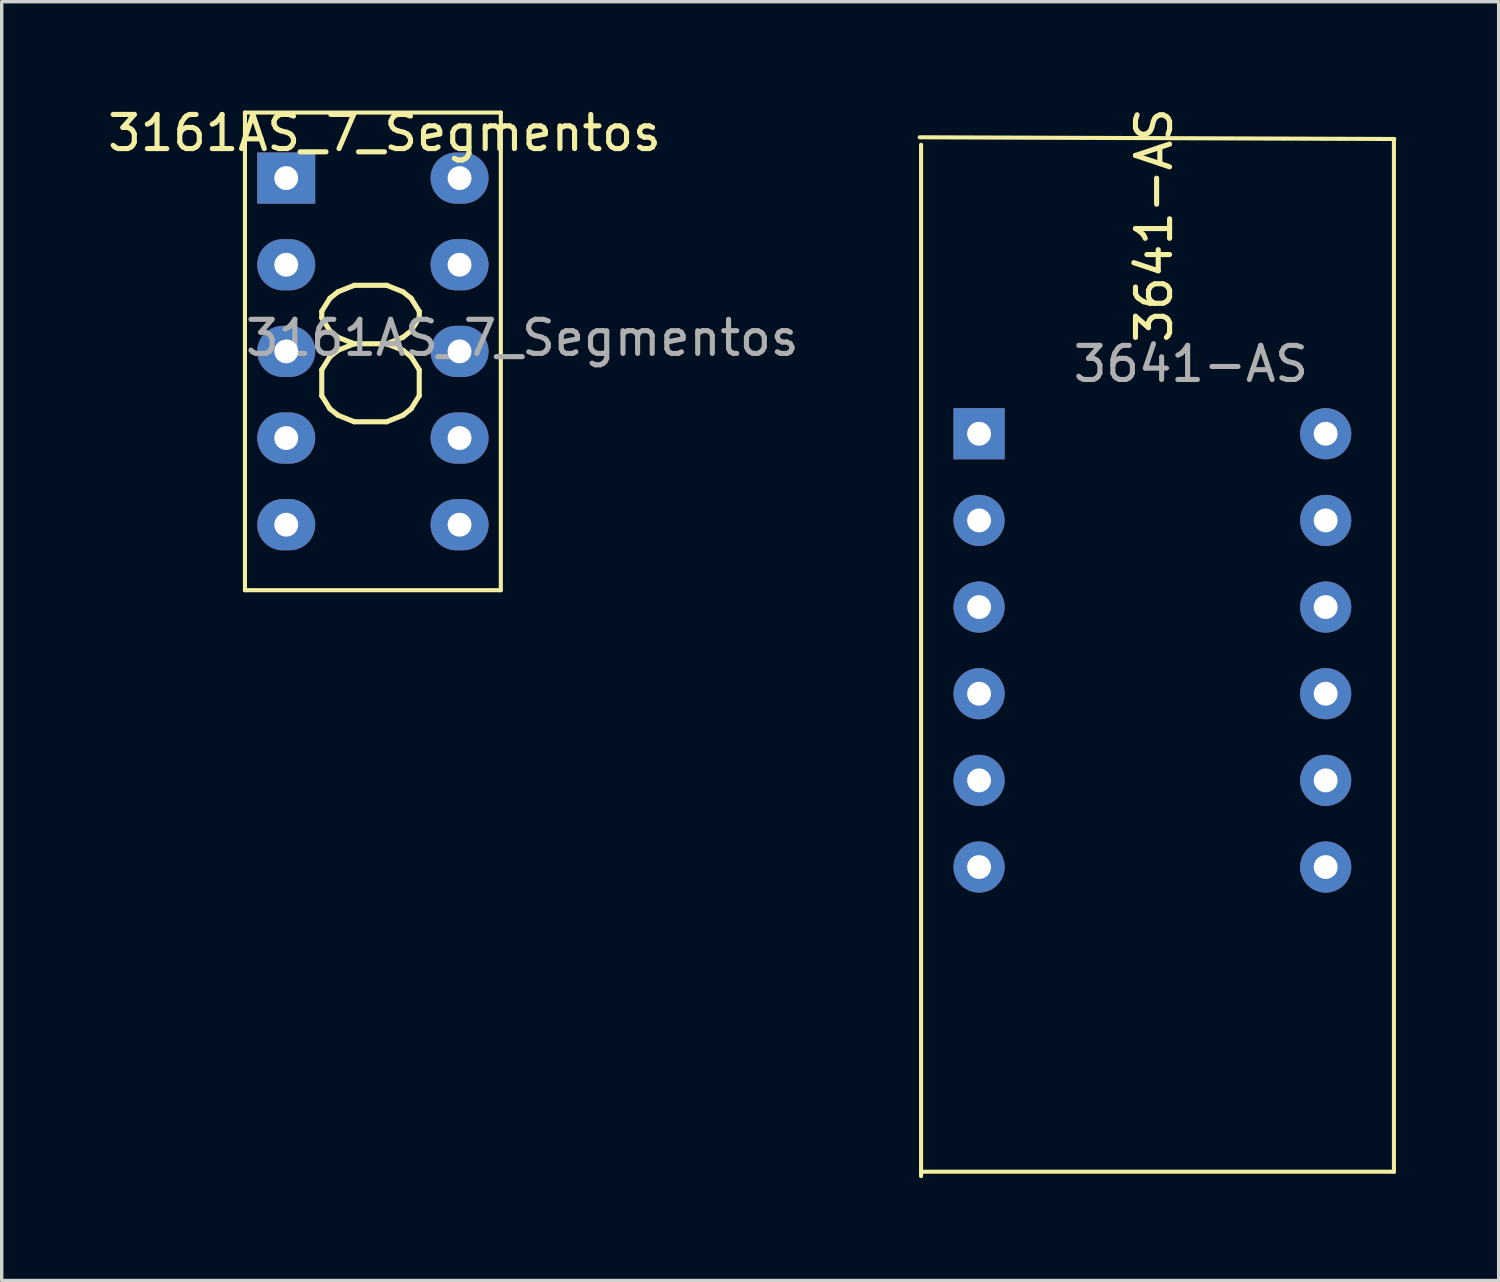
<source format=kicad_pcb>
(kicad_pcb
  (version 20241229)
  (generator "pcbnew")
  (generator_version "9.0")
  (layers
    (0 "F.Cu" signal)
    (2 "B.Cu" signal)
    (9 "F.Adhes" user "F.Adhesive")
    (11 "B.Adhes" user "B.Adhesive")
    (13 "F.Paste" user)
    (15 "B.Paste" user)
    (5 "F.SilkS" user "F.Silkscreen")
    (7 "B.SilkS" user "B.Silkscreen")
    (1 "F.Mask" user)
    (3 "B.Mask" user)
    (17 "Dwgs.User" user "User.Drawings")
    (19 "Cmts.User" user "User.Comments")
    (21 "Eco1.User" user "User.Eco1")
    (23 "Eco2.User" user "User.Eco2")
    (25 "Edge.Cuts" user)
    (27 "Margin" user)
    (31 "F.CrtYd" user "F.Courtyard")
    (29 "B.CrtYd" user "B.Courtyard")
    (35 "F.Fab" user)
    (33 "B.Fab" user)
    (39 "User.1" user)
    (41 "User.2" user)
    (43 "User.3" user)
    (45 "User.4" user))
  (footprint "3641-AS"
    (layer "F.Cu")
    (at 23.728 1.014)
    (property "Reference" "3641-AS" (at 7.05 2.54 90) (layer "F.SilkS") (effects (font (size 1 1) (thickness 0.15))))
    (attr through_hole)
    (fp_line (start 0.18 -0.04) (end 14.09 0.01) (stroke (width 0.12) (type solid)) (layer "F.SilkS"))
    (fp_line (start 0.22 30.41) (end 0.22 0.18) (stroke (width 0.12) (type solid)) (layer "F.SilkS"))
    (fp_line (start 14.08 0.05) (end 14.08 30.28) (stroke (width 0.12) (type solid)) (layer "F.SilkS"))
    (fp_line (start 14.08 30.28) (end 0.22 30.28) (stroke (width 0.12) (type solid)) (layer "F.SilkS"))
    (fp_text user "${REFERENCE}" (at 8.128 6.604 0) (layer "F.Fab") (effects (font (size 1 1) (thickness 0.15))))
    (pad "1" thru_hole rect (at 1.92 8.65) (size 1.5 1.5) (drill 0.7) (layers "*.Cu" "*.Mask"))
    (pad "2" thru_hole circle (at 1.92 11.19) (size 1.5 1.5) (drill 0.7) (layers "*.Cu" "*.Mask"))
    (pad "3" thru_hole circle (at 1.92 13.73) (size 1.5 1.5) (drill 0.7) (layers "*.Cu" "*.Mask"))
    (pad "4" thru_hole circle (at 1.92 16.27) (size 1.5 1.5) (drill 0.7) (layers "*.Cu" "*.Mask"))
    (pad "5" thru_hole circle (at 1.92 18.81) (size 1.5 1.5) (drill 0.7) (layers "*.Cu" "*.Mask"))
    (pad "6" thru_hole circle (at 1.92 21.35) (size 1.5 1.5) (drill 0.7) (layers "*.Cu" "*.Mask"))
    (pad "7" thru_hole circle (at 12.08 21.35) (size 1.5 1.5) (drill 0.7) (layers "*.Cu" "*.Mask"))
    (pad "8" thru_hole circle (at 12.08 18.81) (size 1.5 1.5) (drill 0.7) (layers "*.Cu" "*.Mask"))
    (pad "9" thru_hole circle (at 12.08 16.27) (size 1.5 1.5) (drill 0.7) (layers "*.Cu" "*.Mask"))
    (pad "10" thru_hole circle (at 12.08 13.73) (size 1.5 1.5) (drill 0.7) (layers "*.Cu" "*.Mask"))
    (pad "11" thru_hole circle (at 12.08 11.19) (size 1.5 1.5) (drill 0.7) (layers "*.Cu" "*.Mask"))
    (pad "12" thru_hole circle (at 12.08 8.65) (size 1.5 1.5) (drill 0.7) (layers "*.Cu" "*.Mask")))
  (footprint "3161AS_7_Segmentos"
    (layer "F.Cu")
    (at 4.13 0.25)
    (property "Reference" "3161AS_7_Segmentos" (at 4.09 0.6 180) (layer "F.SilkS") (effects (font (size 1 1) (thickness 0.15))))
    (attr through_hole)
    (fp_line (start 0 0) (end 0 14) (stroke (width 0.12) (type solid)) (layer "F.SilkS"))
    (fp_line (start 0 0) (end 7.5 0) (stroke (width 0.12) (type solid)) (layer "F.SilkS"))
    (fp_line (start 0 14) (end 7.5 14) (stroke (width 0.12) (type solid)) (layer "F.SilkS"))
    (fp_line (start 7.5 0) (end 7.5 14) (stroke (width 0.12) (type solid)) (layer "F.SilkS"))
    (fp_text user "8" (at 3.68 7.22 0) (layer "F.SilkS") (effects (font (size 4 5) (thickness 0.15))))
    (fp_text user "${REFERENCE}" (at 8.128 6.604 0) (layer "F.Fab") (effects (font (size 1 1) (thickness 0.15))))
    (pad "1" thru_hole rect (at 1.21 1.92) (size 1.7 1.5) (drill 0.7) (layers "*.Cu" "*.Mask"))
    (pad "2" thru_hole oval (at 1.21 4.46) (size 1.7 1.5) (drill 0.7) (layers "*.Cu" "*.Mask"))
    (pad "3" thru_hole oval (at 1.21 7) (size 1.7 1.5) (drill 0.7) (layers "*.Cu" "*.Mask"))
    (pad "4" thru_hole oval (at 1.21 9.54) (size 1.7 1.5) (drill 0.7) (layers "*.Cu" "*.Mask"))
    (pad "5" thru_hole oval (at 1.21 12.08) (size 1.7 1.5) (drill 0.7) (layers "*.Cu" "*.Mask"))
    (pad "6" thru_hole oval (at 6.29 12.08) (size 1.7 1.5) (drill 0.7) (layers "*.Cu" "*.Mask"))
    (pad "7" thru_hole oval (at 6.29 9.54) (size 1.7 1.5) (drill 0.7) (layers "*.Cu" "*.Mask"))
    (pad "8" thru_hole oval (at 6.29 7) (size 1.7 1.5) (drill 0.7) (layers "*.Cu" "*.Mask"))
    (pad "9" thru_hole oval (at 6.29 4.46) (size 1.7 1.5) (drill 0.7) (layers "*.Cu" "*.Mask"))
    (pad "10" thru_hole oval (at 6.29 1.92) (size 1.7 1.5) (drill 0.7) (layers "*.Cu" "*.Mask")))
  (gr_rect
    (start -3 -3)
    (end 40.878 34.484)
    (stroke (width 0.1) (type default))
    (fill no)
    (layer "Edge.Cuts")))
</source>
